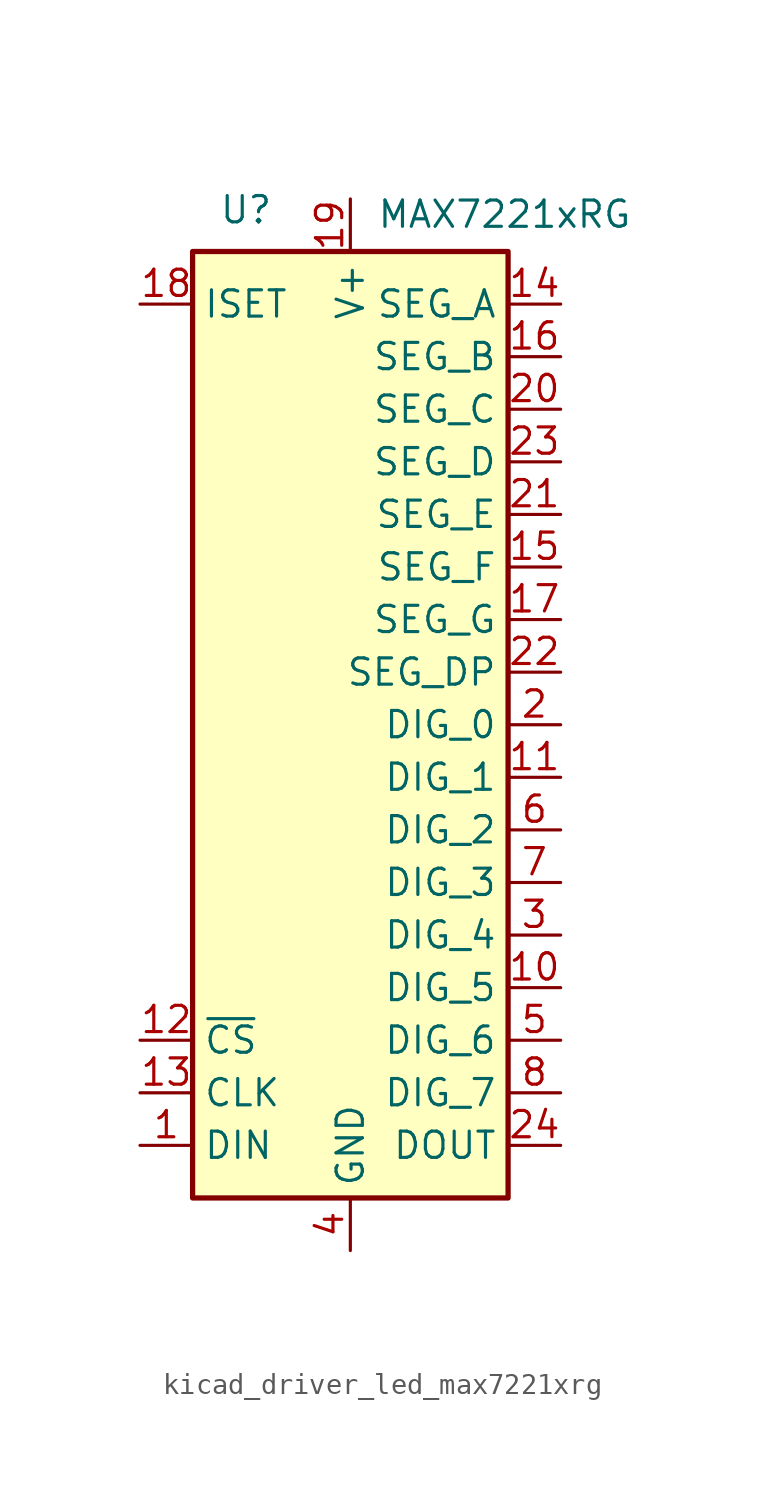
<source format=kicad_sym>
(kicad_symbol_lib
  (version 20220914)
  (generator kicad_symbol_editor)
  (symbol "kicad_driver_led_max7221xrg"
    (property "Reference" "U"
      (at -6.35 24.13 0)
      (effects (font (size 1.27 1.27)) (justify left bottom)))
    (property "Value" "MAX7221xRG"
      (at 1.27 25.4 0)
      (effects (font (size 1.27 1.27)) (justify left top)))
    (symbol "kicad_driver_led_max7221xrg_0_1"
      (rectangle (start -7.62 22.86) (end 7.62 -22.86) (stroke (width 0.254) (type default)) (fill (type background))))
    (symbol "kicad_driver_led_max7221xrg_1_1"
      (pin input line (at -10.16 -20.32 0) (length 2.54) (name "DIN" (effects (font (size 1.27 1.27)))) (number "1" (effects (font (size 1.27 1.27)))))
      (pin open_collector line (at 10.16 -12.7 180) (length 2.54) (name "DIG_5" (effects (font (size 1.27 1.27)))) (number "10" (effects (font (size 1.27 1.27)))))
      (pin open_collector line (at 10.16 -2.54 180) (length 2.54) (name "DIG_1" (effects (font (size 1.27 1.27)))) (number "11" (effects (font (size 1.27 1.27)))))
      (pin input line (at -10.16 -15.24 0) (length 2.54) (name "~{CS}" (effects (font (size 1.27 1.27)))) (number "12" (effects (font (size 1.27 1.27)))))
      (pin input line (at -10.16 -17.78 0) (length 2.54) (name "CLK" (effects (font (size 1.27 1.27)))) (number "13" (effects (font (size 1.27 1.27)))))
      (pin open_emitter line (at 10.16 20.32 180) (length 2.54) (name "SEG_A" (effects (font (size 1.27 1.27)))) (number "14" (effects (font (size 1.27 1.27)))))
      (pin open_emitter line (at 10.16 7.62 180) (length 2.54) (name "SEG_F" (effects (font (size 1.27 1.27)))) (number "15" (effects (font (size 1.27 1.27)))))
      (pin open_emitter line (at 10.16 17.78 180) (length 2.54) (name "SEG_B" (effects (font (size 1.27 1.27)))) (number "16" (effects (font (size 1.27 1.27)))))
      (pin open_emitter line (at 10.16 5.08 180) (length 2.54) (name "SEG_G" (effects (font (size 1.27 1.27)))) (number "17" (effects (font (size 1.27 1.27)))))
      (pin input line (at -10.16 20.32 0) (length 2.54) (name "ISET" (effects (font (size 1.27 1.27)))) (number "18" (effects (font (size 1.27 1.27)))))
      (pin power_in line (at 0 25.4 270) (length 2.54) (name "V+" (effects (font (size 1.27 1.27)))) (number "19" (effects (font (size 1.27 1.27)))))
      (pin open_collector line (at 10.16 0 180) (length 2.54) (name "DIG_0" (effects (font (size 1.27 1.27)))) (number "2" (effects (font (size 1.27 1.27)))))
      (pin open_emitter line (at 10.16 15.24 180) (length 2.54) (name "SEG_C" (effects (font (size 1.27 1.27)))) (number "20" (effects (font (size 1.27 1.27)))))
      (pin open_emitter line (at 10.16 10.16 180) (length 2.54) (name "SEG_E" (effects (font (size 1.27 1.27)))) (number "21" (effects (font (size 1.27 1.27)))))
      (pin open_emitter line (at 10.16 2.54 180) (length 2.54) (name "SEG_DP" (effects (font (size 1.27 1.27)))) (number "22" (effects (font (size 1.27 1.27)))))
      (pin open_emitter line (at 10.16 12.7 180) (length 2.54) (name "SEG_D" (effects (font (size 1.27 1.27)))) (number "23" (effects (font (size 1.27 1.27)))))
      (pin output line (at 10.16 -20.32 180) (length 2.54) (name "DOUT" (effects (font (size 1.27 1.27)))) (number "24" (effects (font (size 1.27 1.27)))))
      (pin open_collector line (at 10.16 -10.16 180) (length 2.54) (name "DIG_4" (effects (font (size 1.27 1.27)))) (number "3" (effects (font (size 1.27 1.27)))))
      (pin power_in line (at 0 -25.4 90) (length 2.54) (name "GND" (effects (font (size 1.27 1.27)))) (number "4" (effects (font (size 1.27 1.27)))))
      (pin open_collector line (at 10.16 -15.24 180) (length 2.54) (name "DIG_6" (effects (font (size 1.27 1.27)))) (number "5" (effects (font (size 1.27 1.27)))))
      (pin open_collector line (at 10.16 -5.08 180) (length 2.54) (name "DIG_2" (effects (font (size 1.27 1.27)))) (number "6" (effects (font (size 1.27 1.27)))))
      (pin open_collector line (at 10.16 -7.62 180) (length 2.54) (name "DIG_3" (effects (font (size 1.27 1.27)))) (number "7" (effects (font (size 1.27 1.27)))))
      (pin open_collector line (at 10.16 -17.78 180) (length 2.54) (name "DIG_7" (effects (font (size 1.27 1.27)))) (number "8" (effects (font (size 1.27 1.27)))))
      (pin passive line (at 0 -25.4 90) (length 2.54) hide (name "GND" (effects (font (size 1.27 1.27)))) (number "9" (effects (font (size 1.27 1.27))))))))
</source>
